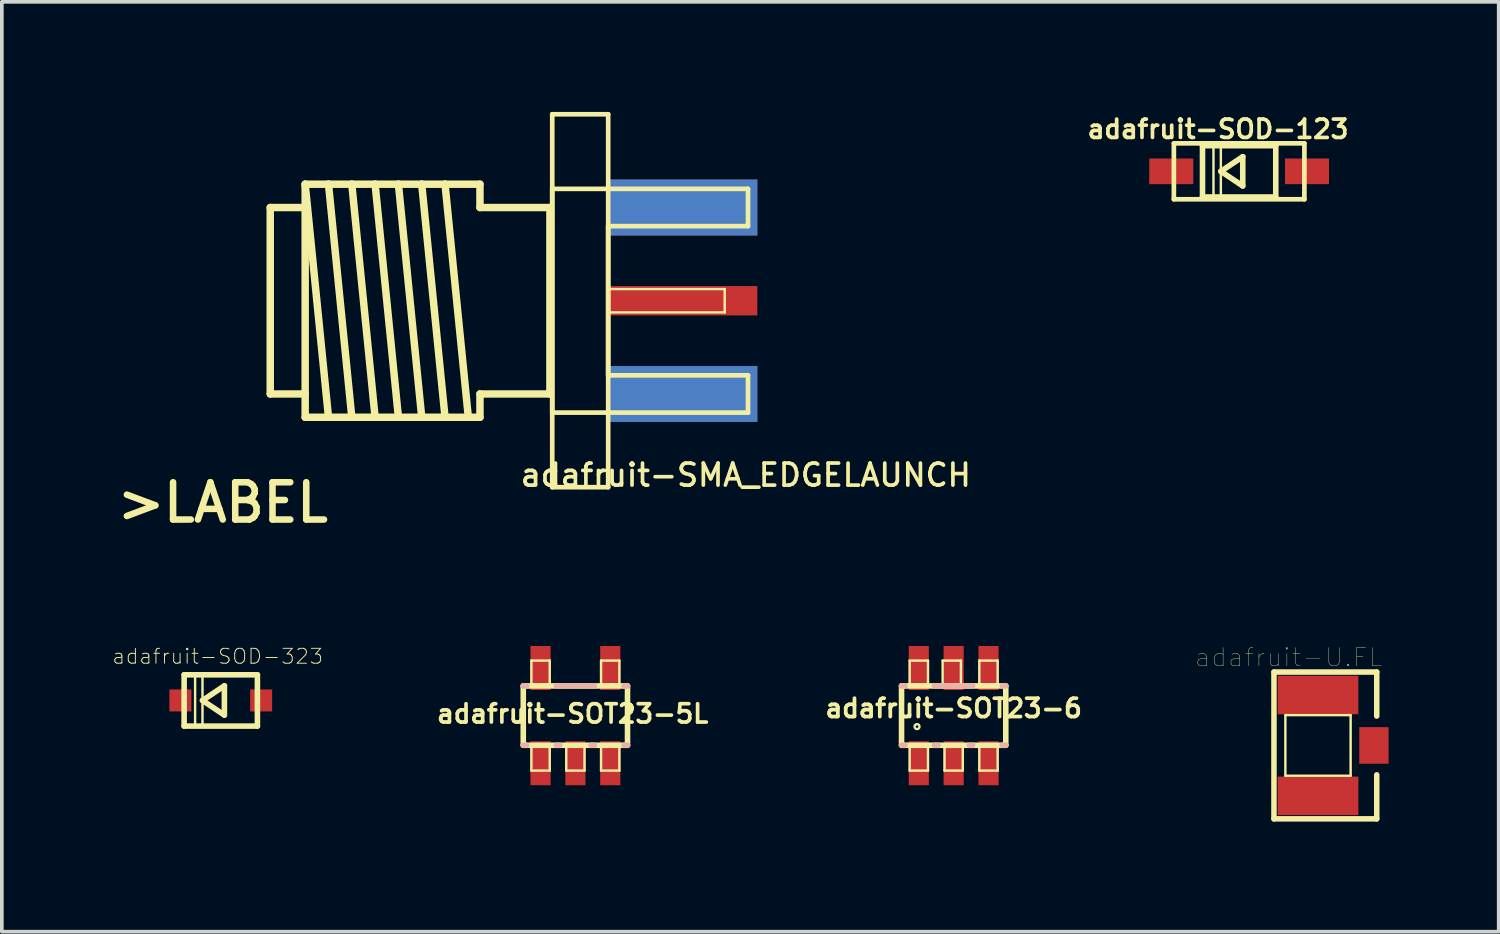
<source format=kicad_pcb>
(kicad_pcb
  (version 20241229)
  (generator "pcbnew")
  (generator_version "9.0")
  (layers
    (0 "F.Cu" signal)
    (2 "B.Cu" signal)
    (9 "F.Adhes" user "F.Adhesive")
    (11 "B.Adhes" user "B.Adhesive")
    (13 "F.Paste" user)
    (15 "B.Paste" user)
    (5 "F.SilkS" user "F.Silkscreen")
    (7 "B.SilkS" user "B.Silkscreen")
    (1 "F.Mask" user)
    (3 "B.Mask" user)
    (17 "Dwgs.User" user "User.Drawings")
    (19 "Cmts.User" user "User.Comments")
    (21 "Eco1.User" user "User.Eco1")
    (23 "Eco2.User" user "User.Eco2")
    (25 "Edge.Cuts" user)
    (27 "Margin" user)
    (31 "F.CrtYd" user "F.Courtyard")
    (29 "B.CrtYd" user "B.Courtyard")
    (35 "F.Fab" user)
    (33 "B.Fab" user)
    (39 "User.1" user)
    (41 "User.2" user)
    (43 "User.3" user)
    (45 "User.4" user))
  (footprint "adafruit-U.FL"
    (layer "F.Cu")
    (at 32.86 17.26)
    (property "Reference" "adafruit-U.FL" (at -0.8 -2.4 0) (layer "F.SilkS") (effects (font (size 0.5 0.5) (thickness 0.01))))
    (attr smd)
    (fp_line (start -1.2 -2) (end 1.6 -2) (stroke (width 0.15) (type solid)) (layer "F.SilkS"))
    (fp_line (start -1.2 2) (end -1.2 -2) (stroke (width 0.15) (type solid)) (layer "F.SilkS"))
    (fp_line (start -0.889 -0.826) (end 0.889 -0.826) (stroke (width 0.066) (type solid)) (layer "F.SilkS"))
    (fp_line (start -0.889 0.826) (end -0.889 -0.826) (stroke (width 0.066) (type solid)) (layer "F.SilkS"))
    (fp_line (start -0.889 0.826) (end 0.889 0.826) (stroke (width 0.066) (type solid)) (layer "F.SilkS"))
    (fp_line (start 0.889 0.826) (end 0.889 -0.826) (stroke (width 0.066) (type solid)) (layer "F.SilkS"))
    (fp_line (start 1.6 -2) (end 1.6 -0.8) (stroke (width 0.15) (type solid)) (layer "F.SilkS"))
    (fp_line (start 1.6 0.8) (end 1.6 2) (stroke (width 0.15) (type solid)) (layer "F.SilkS"))
    (fp_line (start 1.6 2) (end -1.2 2) (stroke (width 0.15) (type solid)) (layer "F.SilkS"))
    (pad "1" smd rect (at 0 -1.374) (size 2.2 1.049) (layers "F.Cu" "F.Mask" "F.Paste"))
    (pad "2" smd rect (at 0 1.374) (size 2.2 1.049) (layers "F.Cu" "F.Mask" "F.Paste"))
    (pad "3" smd rect (at 1.524 0) (size 0.798 0.998) (layers "F.Cu" "F.Mask" "F.Paste")))
  (footprint "adafruit-SOT23-6"
    (layer "F.Cu")
    (at 22.933 16.447)
    (property "Reference" "adafruit-SOT23-6" (at 0 -0.2 0) (layer "F.SilkS") (effects (font (size 0.5 0.5) (thickness 0.102))))
    (attr smd)
    (fp_line (start -1.42 -0.808) (end 1.42 -0.808) (stroke (width 0.152) (type solid)) (layer "F.SilkS"))
    (fp_line (start -1.42 0.808) (end -1.42 -0.808) (stroke (width 0.152) (type solid)) (layer "F.SilkS"))
    (fp_line (start -1.199 -1.499) (end -0.699 -1.499) (stroke (width 0.066) (type solid)) (layer "F.SilkS"))
    (fp_line (start -1.199 -0.848) (end -1.199 -1.499) (stroke (width 0.066) (type solid)) (layer "F.SilkS"))
    (fp_line (start -1.199 -0.848) (end -0.699 -0.848) (stroke (width 0.066) (type solid)) (layer "F.SilkS"))
    (fp_line (start -1.199 0.848) (end -0.699 0.848) (stroke (width 0.066) (type solid)) (layer "F.SilkS"))
    (fp_line (start -1.199 1.499) (end -1.199 0.848) (stroke (width 0.066) (type solid)) (layer "F.SilkS"))
    (fp_line (start -1.199 1.499) (end -0.699 1.499) (stroke (width 0.066) (type solid)) (layer "F.SilkS"))
    (fp_line (start -0.699 -0.848) (end -0.699 -1.499) (stroke (width 0.066) (type solid)) (layer "F.SilkS"))
    (fp_line (start -0.699 1.499) (end -0.699 0.848) (stroke (width 0.066) (type solid)) (layer "F.SilkS"))
    (fp_line (start -0.3 -1.499) (end 0.198 -1.499) (stroke (width 0.066) (type solid)) (layer "F.SilkS"))
    (fp_line (start -0.3 -0.848) (end -0.3 -1.499) (stroke (width 0.066) (type solid)) (layer "F.SilkS"))
    (fp_line (start -0.3 -0.848) (end 0.198 -0.848) (stroke (width 0.066) (type solid)) (layer "F.SilkS"))
    (fp_line (start -0.249 0.848) (end 0.249 0.848) (stroke (width 0.066) (type solid)) (layer "F.SilkS"))
    (fp_line (start -0.249 1.499) (end -0.249 0.848) (stroke (width 0.066) (type solid)) (layer "F.SilkS"))
    (fp_line (start -0.249 1.499) (end 0.249 1.499) (stroke (width 0.066) (type solid)) (layer "F.SilkS"))
    (fp_line (start 0.198 -0.848) (end 0.198 -1.499) (stroke (width 0.066) (type solid)) (layer "F.SilkS"))
    (fp_line (start 0.249 1.499) (end 0.249 0.848) (stroke (width 0.066) (type solid)) (layer "F.SilkS"))
    (fp_line (start 0.699 -1.499) (end 1.199 -1.499) (stroke (width 0.066) (type solid)) (layer "F.SilkS"))
    (fp_line (start 0.699 -0.848) (end 0.699 -1.499) (stroke (width 0.066) (type solid)) (layer "F.SilkS"))
    (fp_line (start 0.699 -0.848) (end 1.199 -0.848) (stroke (width 0.066) (type solid)) (layer "F.SilkS"))
    (fp_line (start 0.699 0.848) (end 1.199 0.848) (stroke (width 0.066) (type solid)) (layer "F.SilkS"))
    (fp_line (start 0.699 1.499) (end 0.699 0.848) (stroke (width 0.066) (type solid)) (layer "F.SilkS"))
    (fp_line (start 0.699 1.499) (end 1.199 1.499) (stroke (width 0.066) (type solid)) (layer "F.SilkS"))
    (fp_line (start 1.199 -0.848) (end 1.199 -1.499) (stroke (width 0.066) (type solid)) (layer "F.SilkS"))
    (fp_line (start 1.199 1.499) (end 1.199 0.848) (stroke (width 0.066) (type solid)) (layer "F.SilkS"))
    (fp_line (start 1.42 -0.808) (end 1.42 0.808) (stroke (width 0.152) (type solid)) (layer "F.SilkS"))
    (fp_line (start 1.42 0.808) (end -1.42 0.808) (stroke (width 0.152) (type solid)) (layer "F.SilkS"))
    (fp_circle (center -0.998 0.3) (end -1.046 0.348) (stroke (width 0.064) (type solid)) (fill no) (layer "F.SilkS"))
    (fp_line (start -1.42 -0.808) (end -1.326 -0.808) (stroke (width 0.152) (type solid)) (layer "B.SilkS"))
    (fp_line (start -1.326 0.808) (end -1.42 0.808) (stroke (width 0.152) (type solid)) (layer "B.SilkS"))
    (fp_line (start -0.521 -0.808) (end 0.521 -0.808) (stroke (width 0.152) (type solid)) (layer "B.SilkS"))
    (fp_line (start -0.427 0.808) (end -0.521 0.808) (stroke (width 0.152) (type solid)) (layer "B.SilkS"))
    (fp_line (start 0.521 0.808) (end 0.427 0.808) (stroke (width 0.152) (type solid)) (layer "B.SilkS"))
    (fp_line (start 1.326 -0.808) (end 1.42 -0.808) (stroke (width 0.152) (type solid)) (layer "B.SilkS"))
    (fp_line (start 1.42 0.808) (end 1.326 0.808) (stroke (width 0.152) (type solid)) (layer "B.SilkS"))
    (pad "1" smd rect (at -0.95 1.298) (size 0.549 1.199) (layers "F.Cu" "F.Mask" "F.Paste"))
    (pad "2" smd rect (at 0 1.298) (size 0.549 1.199) (layers "F.Cu" "F.Mask" "F.Paste"))
    (pad "3" smd rect (at 0.95 1.298) (size 0.549 1.199) (layers "F.Cu" "F.Mask" "F.Paste"))
    (pad "4" smd rect (at 0.95 -1.298) (size 0.549 1.199) (layers "F.Cu" "F.Mask" "F.Paste"))
    (pad "5" smd rect (at 0 -1.298) (size 0.549 1.199) (layers "F.Cu" "F.Mask" "F.Paste"))
    (pad "6" smd rect (at -0.95 -1.298) (size 0.549 1.199) (layers "F.Cu" "F.Mask" "F.Paste")))
  (footprint "adafruit-SOD-323"
    (layer "F.Cu")
    (at 2.965 16.034)
    (property "Reference" "adafruit-SOD-323" (at -0.084 -1.201 0) (layer "F.SilkS") (effects (font (size 0.406 0.406) (thickness 0.025))))
    (attr smd)
    (fp_line (start -0.998 -0.699) (end 0.998 -0.699) (stroke (width 0.152) (type solid)) (layer "F.SilkS"))
    (fp_line (start -0.998 0.699) (end -0.998 -0.699) (stroke (width 0.152) (type solid)) (layer "F.SilkS"))
    (fp_line (start -0.699 -0.699) (end -0.498 -0.699) (stroke (width 0.066) (type solid)) (layer "F.SilkS"))
    (fp_line (start -0.699 0.699) (end -0.699 -0.699) (stroke (width 0.066) (type solid)) (layer "F.SilkS"))
    (fp_line (start -0.699 0.699) (end -0.498 0.699) (stroke (width 0.066) (type solid)) (layer "F.SilkS"))
    (fp_line (start -0.498 0) (end 0.099 -0.399) (stroke (width 0.152) (type solid)) (layer "F.SilkS"))
    (fp_line (start -0.498 0.699) (end -0.498 -0.699) (stroke (width 0.066) (type solid)) (layer "F.SilkS"))
    (fp_line (start 0.099 -0.399) (end 0.099 0.399) (stroke (width 0.152) (type solid)) (layer "F.SilkS"))
    (fp_line (start 0.099 0.399) (end -0.498 0) (stroke (width 0.152) (type solid)) (layer "F.SilkS"))
    (fp_line (start 0.998 -0.699) (end 0.998 0.699) (stroke (width 0.152) (type solid)) (layer "F.SilkS"))
    (fp_line (start 0.998 0.699) (end -0.998 0.699) (stroke (width 0.152) (type solid)) (layer "F.SilkS"))
    (pad "A" smd rect (at 1.1 0) (size 0.599 0.599) (layers "F.Cu" "F.Mask" "F.Paste"))
    (pad "C" smd rect (at -1.1 0) (size 0.599 0.599) (layers "F.Cu" "F.Mask" "F.Paste")))
  (footprint "adafruit-SMA_EDGELAUNCH"
    (layer "F.Cu")
    (at 13.52 5.144)
    (property "Reference" "adafruit-SMA_EDGELAUNCH" (at 3.75 4.75 180) (layer "F.SilkS") (effects (font (size 0.6 0.6) (thickness 0.1))))
    (attr smd)
    (fp_line (start -9.207 -2.54) (end -8.255 -2.54) (stroke (width 0.203) (type solid)) (layer "F.SilkS"))
    (fp_line (start -9.207 2.54) (end -9.207 -2.54) (stroke (width 0.203) (type solid)) (layer "F.SilkS"))
    (fp_line (start -8.255 -3.175) (end -7.62 -3.175) (stroke (width 0.203) (type solid)) (layer "F.SilkS"))
    (fp_line (start -8.255 -3.175) (end -7.62 3.175) (stroke (width 0.203) (type solid)) (layer "F.SilkS"))
    (fp_line (start -8.255 -2.54) (end -8.255 -3.175) (stroke (width 0.203) (type solid)) (layer "F.SilkS"))
    (fp_line (start -8.255 -2.54) (end -8.255 2.54) (stroke (width 0.203) (type solid)) (layer "F.SilkS"))
    (fp_line (start -8.255 2.54) (end -9.207 2.54) (stroke (width 0.203) (type solid)) (layer "F.SilkS"))
    (fp_line (start -8.255 3.175) (end -8.255 2.54) (stroke (width 0.203) (type solid)) (layer "F.SilkS"))
    (fp_line (start -7.62 -3.175) (end -6.985 -3.175) (stroke (width 0.203) (type solid)) (layer "F.SilkS"))
    (fp_line (start -7.62 -3.175) (end -6.985 3.175) (stroke (width 0.203) (type solid)) (layer "F.SilkS"))
    (fp_line (start -7.62 3.175) (end -8.255 3.175) (stroke (width 0.203) (type solid)) (layer "F.SilkS"))
    (fp_line (start -6.985 -3.175) (end -6.35 -3.175) (stroke (width 0.203) (type solid)) (layer "F.SilkS"))
    (fp_line (start -6.985 -3.175) (end -6.35 3.175) (stroke (width 0.203) (type solid)) (layer "F.SilkS"))
    (fp_line (start -6.985 3.175) (end -7.62 3.175) (stroke (width 0.203) (type solid)) (layer "F.SilkS"))
    (fp_line (start -6.35 -3.175) (end -5.715 -3.175) (stroke (width 0.203) (type solid)) (layer "F.SilkS"))
    (fp_line (start -6.35 -3.175) (end -5.715 3.175) (stroke (width 0.203) (type solid)) (layer "F.SilkS"))
    (fp_line (start -6.35 3.175) (end -6.985 3.175) (stroke (width 0.203) (type solid)) (layer "F.SilkS"))
    (fp_line (start -5.715 -3.175) (end -5.08 -3.175) (stroke (width 0.203) (type solid)) (layer "F.SilkS"))
    (fp_line (start -5.715 -3.175) (end -5.08 3.175) (stroke (width 0.203) (type solid)) (layer "F.SilkS"))
    (fp_line (start -5.715 3.175) (end -6.35 3.175) (stroke (width 0.203) (type solid)) (layer "F.SilkS"))
    (fp_line (start -5.08 -3.175) (end -4.445 -3.175) (stroke (width 0.203) (type solid)) (layer "F.SilkS"))
    (fp_line (start -5.08 -3.175) (end -4.445 3.175) (stroke (width 0.203) (type solid)) (layer "F.SilkS"))
    (fp_line (start -5.08 3.175) (end -5.715 3.175) (stroke (width 0.203) (type solid)) (layer "F.SilkS"))
    (fp_line (start -4.445 -3.175) (end -3.81 3.175) (stroke (width 0.203) (type solid)) (layer "F.SilkS"))
    (fp_line (start -4.445 -3.175) (end -3.493 -3.175) (stroke (width 0.203) (type solid)) (layer "F.SilkS"))
    (fp_line (start -4.445 3.175) (end -5.08 3.175) (stroke (width 0.203) (type solid)) (layer "F.SilkS"))
    (fp_line (start -3.493 -3.175) (end -3.493 -2.54) (stroke (width 0.203) (type solid)) (layer "F.SilkS"))
    (fp_line (start -3.493 -2.54) (end -1.587 -2.54) (stroke (width 0.203) (type solid)) (layer "F.SilkS"))
    (fp_line (start -3.493 2.54) (end -3.493 3.175) (stroke (width 0.203) (type solid)) (layer "F.SilkS"))
    (fp_line (start -3.493 3.175) (end -4.445 3.175) (stroke (width 0.203) (type solid)) (layer "F.SilkS"))
    (fp_line (start -1.587 -2.54) (end -1.587 2.54) (stroke (width 0.203) (type solid)) (layer "F.SilkS"))
    (fp_line (start -1.587 2.54) (end -3.493 2.54) (stroke (width 0.203) (type solid)) (layer "F.SilkS"))
    (fp_line (start -1.524 -5.08) (end 0 -5.08) (stroke (width 0.127) (type solid)) (layer "F.SilkS"))
    (fp_line (start -1.524 -3.048) (end 3.81 -3.048) (stroke (width 0.127) (type solid)) (layer "F.SilkS"))
    (fp_line (start -1.524 3.048) (end -1.524 -3.048) (stroke (width 0.127) (type solid)) (layer "F.SilkS"))
    (fp_line (start -1.524 5.08) (end -1.524 -5.08) (stroke (width 0.127) (type solid)) (layer "F.SilkS"))
    (fp_line (start 0 -5.08) (end 0 5.08) (stroke (width 0.127) (type solid)) (layer "F.SilkS"))
    (fp_line (start 0 -2.032) (end 0 2.032) (stroke (width 0.127) (type solid)) (layer "F.SilkS"))
    (fp_line (start 0 -0.318) (end 3.175 -0.318) (stroke (width 0.066) (type solid)) (layer "F.SilkS"))
    (fp_line (start 0 0.318) (end 0 -0.318) (stroke (width 0.066) (type solid)) (layer "F.SilkS"))
    (fp_line (start 0 0.318) (end 3.175 0.318) (stroke (width 0.066) (type solid)) (layer "F.SilkS"))
    (fp_line (start 0 2.032) (end 3.81 2.032) (stroke (width 0.127) (type solid)) (layer "F.SilkS"))
    (fp_line (start 0 5.08) (end -1.524 5.08) (stroke (width 0.127) (type solid)) (layer "F.SilkS"))
    (fp_line (start 3.175 0.318) (end 3.175 -0.318) (stroke (width 0.066) (type solid)) (layer "F.SilkS"))
    (fp_line (start 3.81 -3.048) (end 3.81 -2.032) (stroke (width 0.127) (type solid)) (layer "F.SilkS"))
    (fp_line (start 3.81 -2.032) (end 0 -2.032) (stroke (width 0.127) (type solid)) (layer "F.SilkS"))
    (fp_line (start 3.81 2.032) (end 3.81 3.048) (stroke (width 0.127) (type solid)) (layer "F.SilkS"))
    (fp_line (start 3.81 3.048) (end -1.524 3.048) (stroke (width 0.127) (type solid)) (layer "F.SilkS"))
    (fp_text user ">LABEL" (at -10.5 5.5 180) (layer "F.SilkS") (effects (font (size 1.016 1.016) (thickness 0.178))))
    (pad "GND@" smd rect (at 2.032 -2.54 90) (size 1.524 4.064) (layers "F.Cu" "F.Mask" "F.Paste"))
    (pad "GND@" smd rect (at 2.032 -2.54 90) (size 1.524 4.064) (layers "B.Cu" "B.Mask"))
    (pad "GND@" smd rect (at 2.032 2.54 90) (size 1.524 4.064) (layers "F.Cu" "F.Mask" "F.Paste"))
    (pad "GND@" smd rect (at 2.032 2.54 90) (size 1.524 4.064) (layers "B.Cu" "B.Mask"))
    (pad "P" smd rect (at 2.032 0 90) (size 0.8 4.064) (layers "F.Cu" "F.Mask" "F.Paste")))
  (footprint "adafruit-SOD-123"
    (layer "F.Cu")
    (at 30.711 1.618)
    (property "Reference" "adafruit-SOD-123" (at -0.575 -1.15 0) (layer "F.SilkS") (effects (font (size 0.5 0.5) (thickness 0.1))))
    (attr smd)
    (fp_line (start -1.778 -0.762) (end 1.778 -0.762) (stroke (width 0.127) (type solid)) (layer "F.SilkS"))
    (fp_line (start -1.778 0.762) (end -1.778 -0.762) (stroke (width 0.127) (type solid)) (layer "F.SilkS"))
    (fp_line (start -0.998 -0.699) (end 0.998 -0.699) (stroke (width 0.152) (type solid)) (layer "F.SilkS"))
    (fp_line (start -0.998 0.699) (end -0.998 -0.699) (stroke (width 0.152) (type solid)) (layer "F.SilkS"))
    (fp_line (start -0.699 -0.699) (end -0.498 -0.699) (stroke (width 0.066) (type solid)) (layer "F.SilkS"))
    (fp_line (start -0.699 0.699) (end -0.699 -0.699) (stroke (width 0.066) (type solid)) (layer "F.SilkS"))
    (fp_line (start -0.699 0.699) (end -0.498 0.699) (stroke (width 0.066) (type solid)) (layer "F.SilkS"))
    (fp_line (start -0.498 0) (end 0.099 -0.399) (stroke (width 0.152) (type solid)) (layer "F.SilkS"))
    (fp_line (start -0.498 0.699) (end -0.498 -0.699) (stroke (width 0.066) (type solid)) (layer "F.SilkS"))
    (fp_line (start 0.099 -0.399) (end 0.099 0.399) (stroke (width 0.152) (type solid)) (layer "F.SilkS"))
    (fp_line (start 0.099 0.399) (end -0.498 0) (stroke (width 0.152) (type solid)) (layer "F.SilkS"))
    (fp_line (start 0.998 -0.699) (end 0.998 0.699) (stroke (width 0.152) (type solid)) (layer "F.SilkS"))
    (fp_line (start 0.998 0.699) (end -0.998 0.699) (stroke (width 0.152) (type solid)) (layer "F.SilkS"))
    (fp_line (start 1.778 -0.762) (end 1.778 0.762) (stroke (width 0.127) (type solid)) (layer "F.SilkS"))
    (fp_line (start 1.778 0.762) (end -1.778 0.762) (stroke (width 0.127) (type solid)) (layer "F.SilkS"))
    (pad "A" smd rect (at 1.849 0) (size 1.199 0.699) (layers "F.Cu" "F.Mask" "F.Paste"))
    (pad "C" smd rect (at -1.849 0) (size 1.199 0.699) (layers "F.Cu" "F.Mask" "F.Paste")))
  (footprint "adafruit-SOT23-5L"
    (layer "F.Cu")
    (at 12.627 16.447)
    (property "Reference" "adafruit-SOT23-5L" (at -0.075 -0.05 0) (layer "F.SilkS") (effects (font (size 0.5 0.5) (thickness 0.1))))
    (attr smd)
    (fp_line (start -1.42 -0.808) (end 1.42 -0.808) (stroke (width 0.152) (type solid)) (layer "F.SilkS"))
    (fp_line (start -1.42 0.808) (end -1.42 -0.808) (stroke (width 0.152) (type solid)) (layer "F.SilkS"))
    (fp_line (start -1.199 -1.499) (end -0.699 -1.499) (stroke (width 0.066) (type solid)) (layer "F.SilkS"))
    (fp_line (start -1.199 -0.848) (end -1.199 -1.499) (stroke (width 0.066) (type solid)) (layer "F.SilkS"))
    (fp_line (start -1.199 -0.848) (end -0.699 -0.848) (stroke (width 0.066) (type solid)) (layer "F.SilkS"))
    (fp_line (start -1.199 0.848) (end -0.699 0.848) (stroke (width 0.066) (type solid)) (layer "F.SilkS"))
    (fp_line (start -1.199 1.499) (end -1.199 0.848) (stroke (width 0.066) (type solid)) (layer "F.SilkS"))
    (fp_line (start -1.199 1.499) (end -0.699 1.499) (stroke (width 0.066) (type solid)) (layer "F.SilkS"))
    (fp_line (start -0.699 -0.848) (end -0.699 -1.499) (stroke (width 0.066) (type solid)) (layer "F.SilkS"))
    (fp_line (start -0.699 1.499) (end -0.699 0.848) (stroke (width 0.066) (type solid)) (layer "F.SilkS"))
    (fp_line (start -0.249 0.848) (end 0.249 0.848) (stroke (width 0.066) (type solid)) (layer "F.SilkS"))
    (fp_line (start -0.249 1.499) (end -0.249 0.848) (stroke (width 0.066) (type solid)) (layer "F.SilkS"))
    (fp_line (start -0.249 1.499) (end 0.249 1.499) (stroke (width 0.066) (type solid)) (layer "F.SilkS"))
    (fp_line (start 0.249 1.499) (end 0.249 0.848) (stroke (width 0.066) (type solid)) (layer "F.SilkS"))
    (fp_line (start 0.699 -1.499) (end 1.199 -1.499) (stroke (width 0.066) (type solid)) (layer "F.SilkS"))
    (fp_line (start 0.699 -0.848) (end 0.699 -1.499) (stroke (width 0.066) (type solid)) (layer "F.SilkS"))
    (fp_line (start 0.699 -0.848) (end 1.199 -0.848) (stroke (width 0.066) (type solid)) (layer "F.SilkS"))
    (fp_line (start 0.699 0.848) (end 1.199 0.848) (stroke (width 0.066) (type solid)) (layer "F.SilkS"))
    (fp_line (start 0.699 1.499) (end 0.699 0.848) (stroke (width 0.066) (type solid)) (layer "F.SilkS"))
    (fp_line (start 0.699 1.499) (end 1.199 1.499) (stroke (width 0.066) (type solid)) (layer "F.SilkS"))
    (fp_line (start 1.199 -0.848) (end 1.199 -1.499) (stroke (width 0.066) (type solid)) (layer "F.SilkS"))
    (fp_line (start 1.199 1.499) (end 1.199 0.848) (stroke (width 0.066) (type solid)) (layer "F.SilkS"))
    (fp_line (start 1.42 -0.808) (end 1.42 0.808) (stroke (width 0.152) (type solid)) (layer "F.SilkS"))
    (fp_line (start 1.42 0.808) (end -1.42 0.808) (stroke (width 0.152) (type solid)) (layer "F.SilkS"))
    (fp_line (start -1.42 -0.808) (end -1.326 -0.808) (stroke (width 0.152) (type solid)) (layer "B.SilkS"))
    (fp_line (start -1.326 0.808) (end -1.42 0.808) (stroke (width 0.152) (type solid)) (layer "B.SilkS"))
    (fp_line (start -0.521 -0.808) (end 0.521 -0.808) (stroke (width 0.152) (type solid)) (layer "B.SilkS"))
    (fp_line (start -0.427 0.808) (end -0.521 0.808) (stroke (width 0.152) (type solid)) (layer "B.SilkS"))
    (fp_line (start 0.521 0.808) (end 0.427 0.808) (stroke (width 0.152) (type solid)) (layer "B.SilkS"))
    (fp_line (start 1.326 -0.808) (end 1.42 -0.808) (stroke (width 0.152) (type solid)) (layer "B.SilkS"))
    (fp_line (start 1.42 0.808) (end 1.326 0.808) (stroke (width 0.152) (type solid)) (layer "B.SilkS"))
    (pad "1" smd rect (at -0.95 1.298) (size 0.549 1.199) (layers "F.Cu" "F.Mask" "F.Paste"))
    (pad "2" smd rect (at 0 1.298) (size 0.549 1.199) (layers "F.Cu" "F.Mask" "F.Paste"))
    (pad "3" smd rect (at 0.95 1.298) (size 0.549 1.199) (layers "F.Cu" "F.Mask" "F.Paste"))
    (pad "4" smd rect (at 0.95 -1.298) (size 0.549 1.199) (layers "F.Cu" "F.Mask" "F.Paste"))
    (pad "5" smd rect (at -0.95 -1.298) (size 0.549 1.199) (layers "F.Cu" "F.Mask" "F.Paste")))
  (gr_rect
    (start -3 -3)
    (end 37.783 22.335)
    (stroke (width 0.1) (type default))
    (fill no)
    (layer "Edge.Cuts")))
</source>
